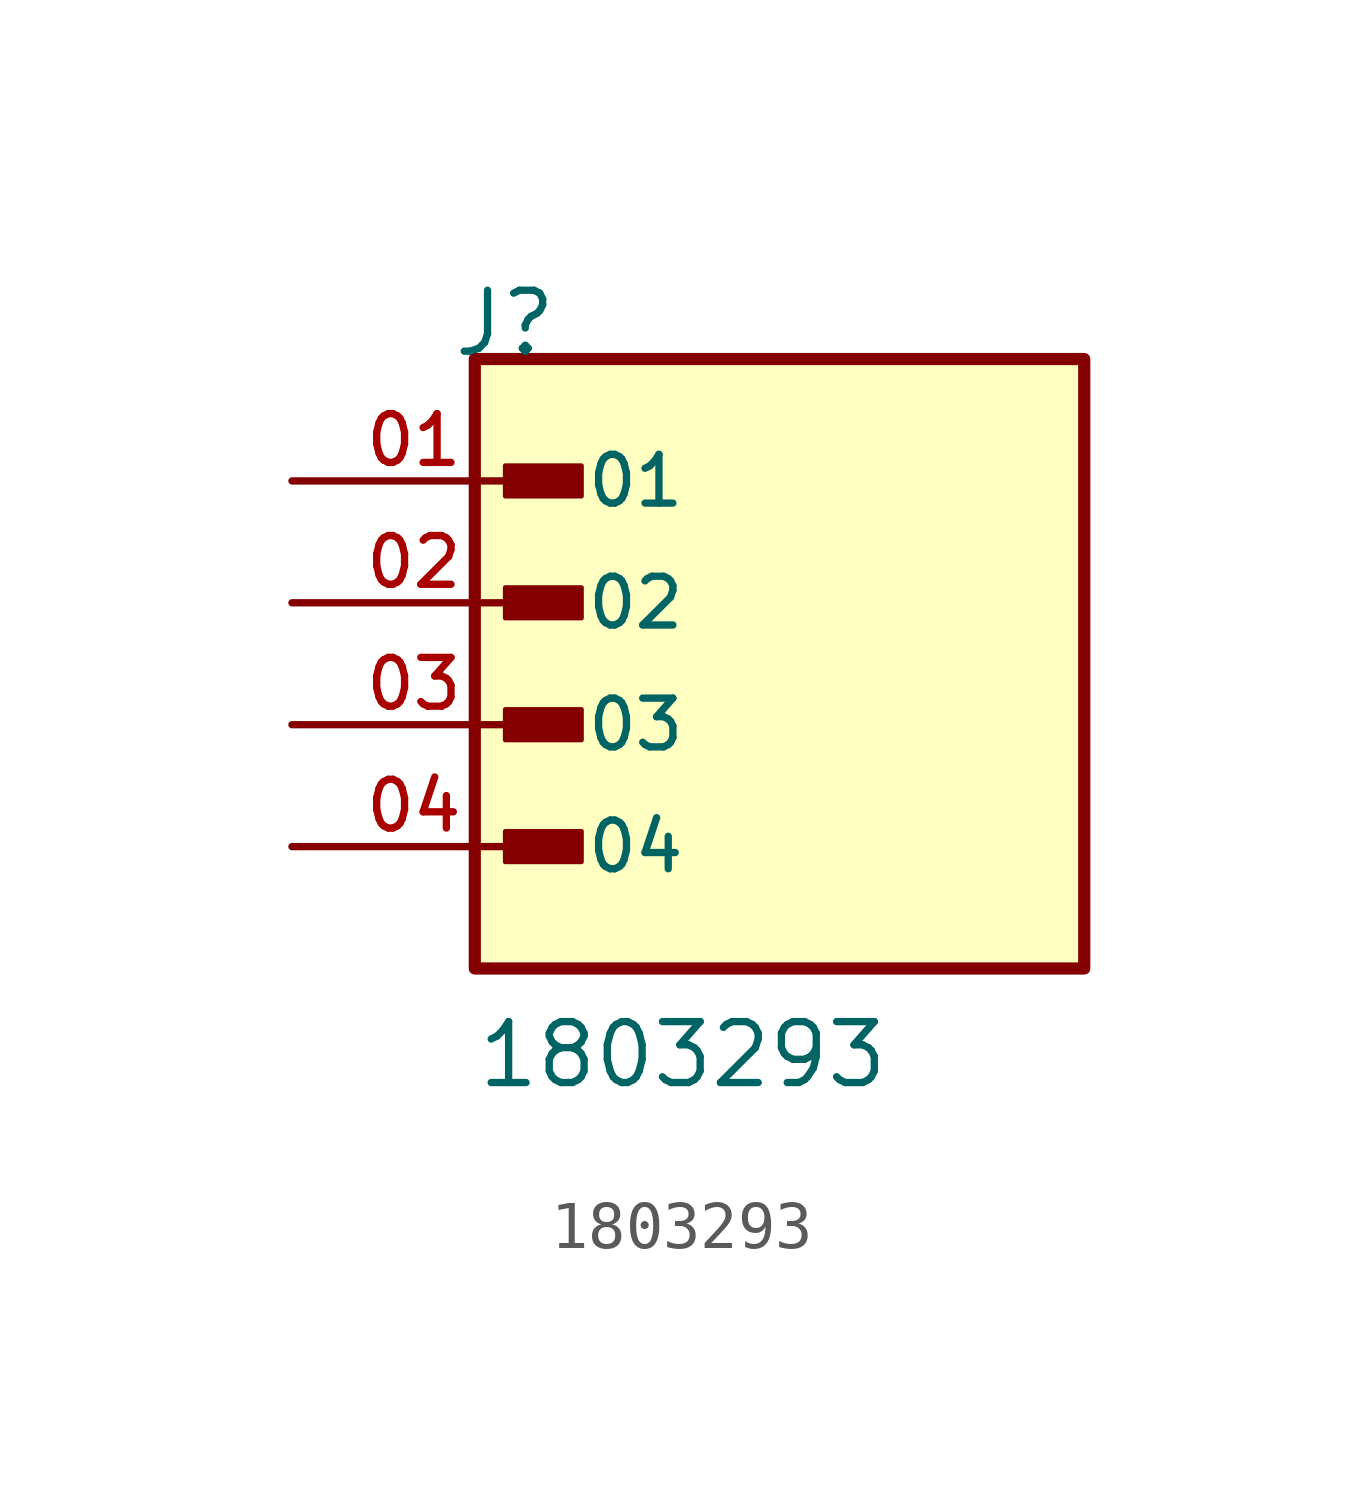
<source format=kicad_sym>
(kicad_symbol_lib
  (version 20211014)
  (generator kicad_symbol_editor)
  (symbol "1803293"
    (pin_names
      (offset 1.016))
    (property "Reference" "J"
      (at -6.85 7.62 0)
      (effects (font (size 1.27 1.27)) (justify bottom left)))
    (property "Value" "1803293"
      (at -6.35 -7.62 0)
      (effects (font (size 1.27 1.27)) (justify bottom left)))
    (symbol "1803293_0_0"
      (rectangle (start -5.715 4.763) (end -4.128 5.397) (stroke (width 0.1)) (fill (type outline)))
      (rectangle (start -5.715 2.223) (end -4.128 2.857) (stroke (width 0.1)) (fill (type outline)))
      (rectangle (start -5.715 -0.318) (end -4.128 0.318) (stroke (width 0.1)) (fill (type outline)))
      (rectangle (start -5.715 -2.857) (end -4.128 -2.223) (stroke (width 0.1)) (fill (type outline)))
      (rectangle (start -6.35 -5.08) (end 6.35 7.62) (stroke (width 0.254)) (fill (type background)))
      (pin passive line (at -10.16 5.08 0) (length 5.08) (name "01" (effects (font (size 1.016 1.016)))) (number "01" (effects (font (size 1.016 1.016)))))
      (pin passive line (at -10.16 2.54 0) (length 5.08) (name "02" (effects (font (size 1.016 1.016)))) (number "02" (effects (font (size 1.016 1.016)))))
      (pin passive line (at -10.16 0.0 0) (length 5.08) (name "03" (effects (font (size 1.016 1.016)))) (number "03" (effects (font (size 1.016 1.016)))))
      (pin passive line (at -10.16 -2.54 0) (length 5.08) (name "04" (effects (font (size 1.016 1.016)))) (number "04" (effects (font (size 1.016 1.016))))))))
</source>
